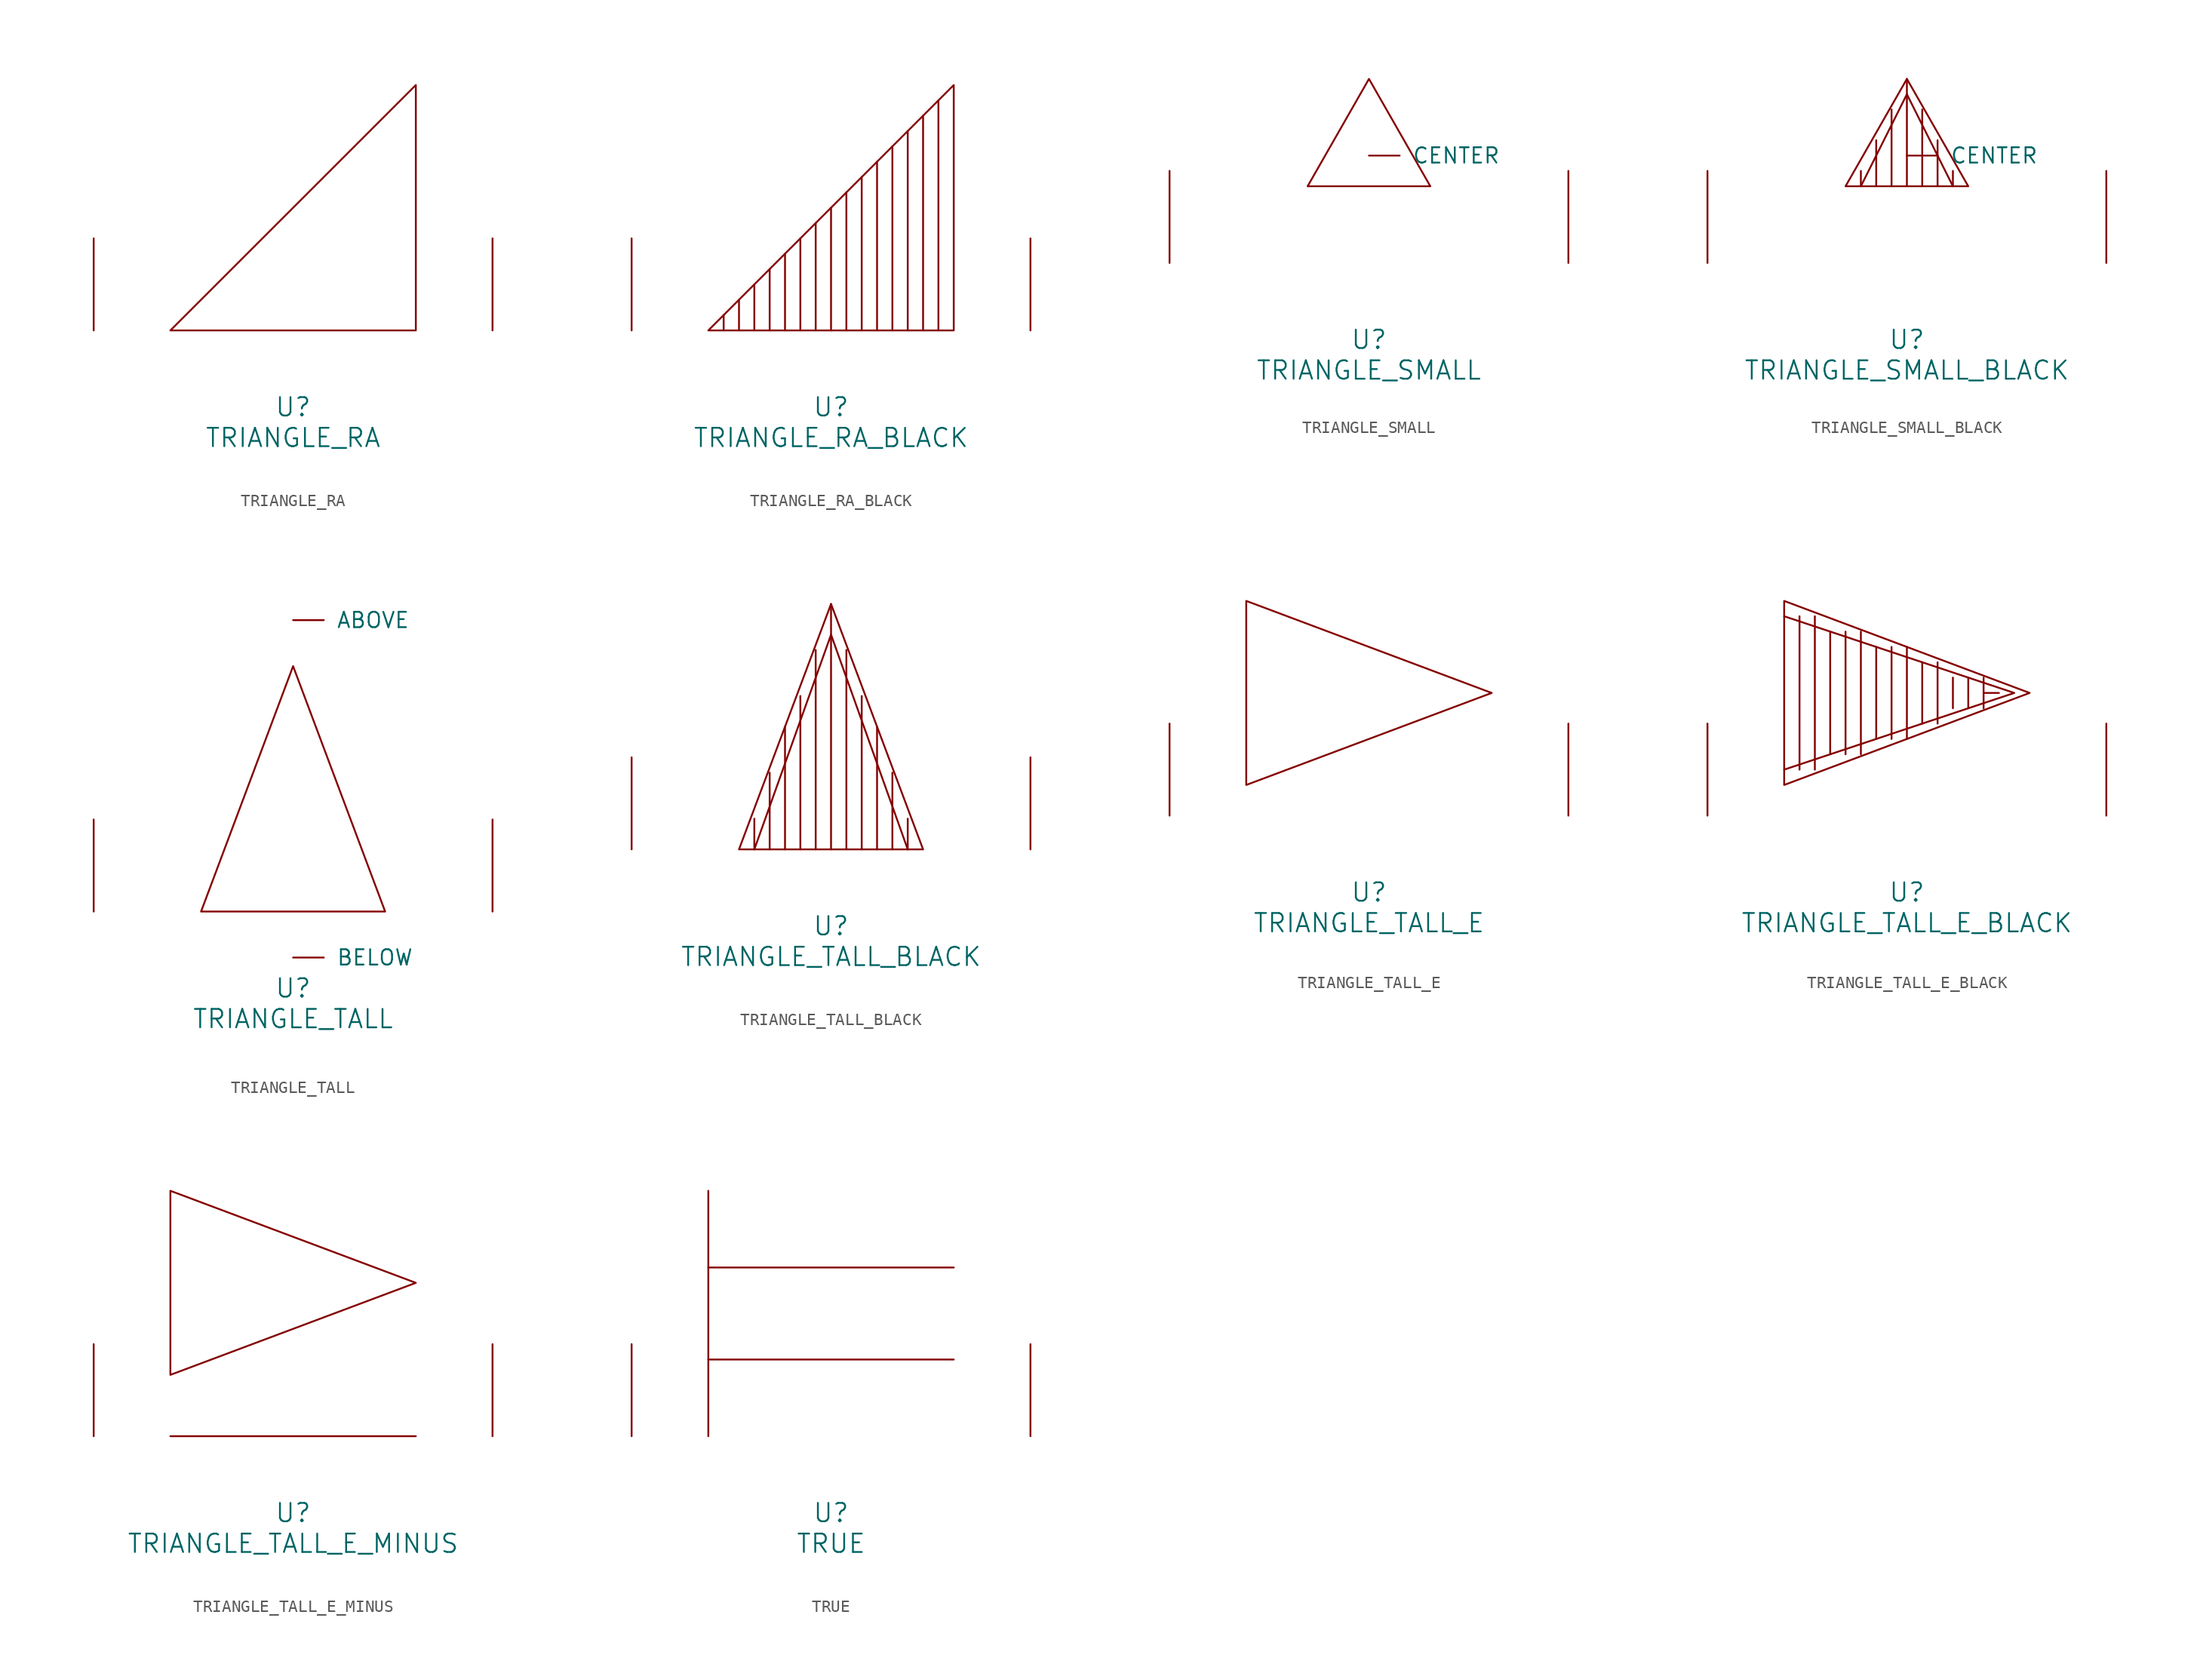
<source format=kicad_sym>
(kicad_symbol_lib
  (version 20220914)
  (generator font_lib2sym)
  (symbol "TRIANGLE_RA"
    (pin_names
      (offset 1.016))
    (property "Reference" "U"
      (at 0 -6.35 0)
      (effects (font (size 1.524 1.524))))
    (property "Value" "TRIANGLE_RA"
      (at 0 -8.89 0)
      (effects (font (size 1.524 1.524))))
    (symbol "TRIANGLE_RA_0_1"
      (polyline (pts (xy 10.16 0) (xy 10.16 20.32) (xy -10.16 0) (xy 10.16 0)) (stroke (width 0) (type solid)) (fill (type none)))
      (pin input line (at -16.51 0 90) (length 7.62) (name "~" (effects (font (size 1.27 1.27)))) (number "~" (effects (font (size 1.27 1.27)))))
      (pin input line (at 16.51 0 90) (length 7.62) (name "~" (effects (font (size 1.27 1.27)))) (number "~" (effects (font (size 1.27 1.27)))))))
  (symbol "TRIANGLE_RA_BLACK"
    (pin_names
      (offset 1.016))
    (property "Reference" "U"
      (at 0 -6.35 0)
      (effects (font (size 1.524 1.524))))
    (property "Value" "TRIANGLE_RA_BLACK"
      (at 0 -8.89 0)
      (effects (font (size 1.524 1.524))))
    (symbol "TRIANGLE_RA_BLACK_0_1"
      (polyline (pts (xy -8.89 1.27) (xy -8.89 0)) (stroke (width 0) (type solid)) (fill (type none)))
      (polyline (pts (xy -7.62 2.54) (xy -7.62 0)) (stroke (width 0) (type solid)) (fill (type none)))
      (polyline (pts (xy -6.35 3.81) (xy -6.35 0)) (stroke (width 0) (type solid)) (fill (type none)))
      (polyline (pts (xy -5.08 5.08) (xy -5.08 0)) (stroke (width 0) (type solid)) (fill (type none)))
      (polyline (pts (xy -3.81 6.35) (xy -3.81 0)) (stroke (width 0) (type solid)) (fill (type none)))
      (polyline (pts (xy -2.54 7.62) (xy -2.54 0)) (stroke (width 0) (type solid)) (fill (type none)))
      (polyline (pts (xy -1.27 8.89) (xy -1.27 0)) (stroke (width 0) (type solid)) (fill (type none)))
      (polyline (pts (xy 0 10.16) (xy 0 0)) (stroke (width 0) (type solid)) (fill (type none)))
      (polyline (pts (xy 1.27 11.43) (xy 1.27 0)) (stroke (width 0) (type solid)) (fill (type none)))
      (polyline (pts (xy 2.54 12.7) (xy 2.54 0)) (stroke (width 0) (type solid)) (fill (type none)))
      (polyline (pts (xy 3.81 13.97) (xy 3.81 0)) (stroke (width 0) (type solid)) (fill (type none)))
      (polyline (pts (xy 5.08 15.24) (xy 5.08 0)) (stroke (width 0) (type solid)) (fill (type none)))
      (polyline (pts (xy 6.35 16.51) (xy 6.35 0)) (stroke (width 0) (type solid)) (fill (type none)))
      (polyline (pts (xy 7.62 17.78) (xy 7.62 0)) (stroke (width 0) (type solid)) (fill (type none)))
      (polyline (pts (xy 8.89 19.05) (xy 8.89 0)) (stroke (width 0) (type solid)) (fill (type none)))
      (polyline (pts (xy 10.16 0) (xy 10.16 20.32) (xy -10.16 0) (xy 10.16 0)) (stroke (width 0) (type solid)) (fill (type none)))
      (pin input line (at -16.51 0 90) (length 7.62) (name "~" (effects (font (size 1.27 1.27)))) (number "~" (effects (font (size 1.27 1.27)))))
      (pin input line (at 16.51 0 90) (length 7.62) (name "~" (effects (font (size 1.27 1.27)))) (number "~" (effects (font (size 1.27 1.27)))))))
  (symbol "TRIANGLE_SMALL"
    (pin_names
      (offset 1.016))
    (property "Reference" "U"
      (at 0 -6.35 0)
      (effects (font (size 1.524 1.524))))
    (property "Value" "TRIANGLE_SMALL"
      (at 0 -8.89 0)
      (effects (font (size 1.524 1.524))))
    (symbol "TRIANGLE_SMALL_0_1"
      (polyline (pts (xy 0 15.24) (xy 5.08 6.35) (xy -5.08 6.35) (xy 0 15.24)) (stroke (width 0) (type solid)) (fill (type none)))
      (pin input line (at 0 8.89 0) (length 2.54) (name "CENTER" (effects (font (size 1.27 1.27)))) (number "~" (effects (font (size 1.27 1.27)))))
      (pin input line (at -16.51 0 90) (length 7.62) (name "~" (effects (font (size 1.27 1.27)))) (number "~" (effects (font (size 1.27 1.27)))))
      (pin input line (at 16.51 0 90) (length 7.62) (name "~" (effects (font (size 1.27 1.27)))) (number "~" (effects (font (size 1.27 1.27)))))))
  (symbol "TRIANGLE_SMALL_BLACK"
    (pin_names
      (offset 1.016))
    (property "Reference" "U"
      (at 0 -6.35 0)
      (effects (font (size 1.524 1.524))))
    (property "Value" "TRIANGLE_SMALL_BLACK"
      (at 0 -8.89 0)
      (effects (font (size 1.524 1.524))))
    (symbol "TRIANGLE_SMALL_BLACK_0_1"
      (polyline (pts (xy -3.81 7.62) (xy -3.81 6.35)) (stroke (width 0) (type solid)) (fill (type none)))
      (polyline (pts (xy -2.54 10.16) (xy -2.54 6.35)) (stroke (width 0) (type solid)) (fill (type none)))
      (polyline (pts (xy -1.27 12.7) (xy -1.27 6.35)) (stroke (width 0) (type solid)) (fill (type none)))
      (polyline (pts (xy 0 15.24) (xy 0 6.35)) (stroke (width 0) (type solid)) (fill (type none)))
      (polyline (pts (xy 1.27 12.7) (xy 1.27 6.35)) (stroke (width 0) (type solid)) (fill (type none)))
      (polyline (pts (xy 2.54 10.16) (xy 2.54 6.35)) (stroke (width 0) (type solid)) (fill (type none)))
      (polyline (pts (xy 3.81 7.62) (xy 3.81 6.35)) (stroke (width 0) (type solid)) (fill (type none)))
      (polyline (pts (xy -3.81 6.35) (xy 0 13.97) (xy 3.81 6.35)) (stroke (width 0) (type solid)) (fill (type none)))
      (polyline (pts (xy 0 15.24) (xy 5.08 6.35) (xy -5.08 6.35) (xy 0 15.24)) (stroke (width 0) (type solid)) (fill (type none)))
      (pin input line (at 0 8.89 0) (length 2.54) (name "CENTER" (effects (font (size 1.27 1.27)))) (number "~" (effects (font (size 1.27 1.27)))))
      (pin input line (at -16.51 0 90) (length 7.62) (name "~" (effects (font (size 1.27 1.27)))) (number "~" (effects (font (size 1.27 1.27)))))
      (pin input line (at 16.51 0 90) (length 7.62) (name "~" (effects (font (size 1.27 1.27)))) (number "~" (effects (font (size 1.27 1.27)))))))
  (symbol "TRIANGLE_TALL"
    (pin_names
      (offset 1.016))
    (property "Reference" "U"
      (at 0 -6.35 0)
      (effects (font (size 1.524 1.524))))
    (property "Value" "TRIANGLE_TALL"
      (at 0 -8.89 0)
      (effects (font (size 1.524 1.524))))
    (symbol "TRIANGLE_TALL_0_1"
      (polyline (pts (xy 0 20.32) (xy 7.62 0) (xy -7.62 0) (xy 0 20.32)) (stroke (width 0) (type solid)) (fill (type none)))
      (pin input line (at 0 24.13 0) (length 2.54) (name "ABOVE" (effects (font (size 1.27 1.27)))) (number "~" (effects (font (size 1.27 1.27)))))
      (pin input line (at 0 -3.81 0) (length 2.54) (name "BELOW" (effects (font (size 1.27 1.27)))) (number "~" (effects (font (size 1.27 1.27)))))
      (pin input line (at -16.51 0 90) (length 7.62) (name "~" (effects (font (size 1.27 1.27)))) (number "~" (effects (font (size 1.27 1.27)))))
      (pin input line (at 16.51 0 90) (length 7.62) (name "~" (effects (font (size 1.27 1.27)))) (number "~" (effects (font (size 1.27 1.27)))))))
  (symbol "TRIANGLE_TALL_BLACK"
    (pin_names
      (offset 1.016))
    (property "Reference" "U"
      (at 0 -6.35 0)
      (effects (font (size 1.524 1.524))))
    (property "Value" "TRIANGLE_TALL_BLACK"
      (at 0 -8.89 0)
      (effects (font (size 1.524 1.524))))
    (symbol "TRIANGLE_TALL_BLACK_0_1"
      (polyline (pts (xy -6.35 0) (xy -6.35 2.54)) (stroke (width 0) (type solid)) (fill (type none)))
      (polyline (pts (xy -5.08 6.35) (xy -5.08 0)) (stroke (width 0) (type solid)) (fill (type none)))
      (polyline (pts (xy -3.81 10.16) (xy -3.81 0)) (stroke (width 0) (type solid)) (fill (type none)))
      (polyline (pts (xy -2.54 12.7) (xy -2.54 0)) (stroke (width 0) (type solid)) (fill (type none)))
      (polyline (pts (xy -1.27 16.51) (xy -1.27 0)) (stroke (width 0) (type solid)) (fill (type none)))
      (polyline (pts (xy 0 20.32) (xy 0 0)) (stroke (width 0) (type solid)) (fill (type none)))
      (polyline (pts (xy 1.27 16.51) (xy 1.27 0)) (stroke (width 0) (type solid)) (fill (type none)))
      (polyline (pts (xy 2.54 12.7) (xy 2.54 0)) (stroke (width 0) (type solid)) (fill (type none)))
      (polyline (pts (xy 3.81 10.16) (xy 3.81 0)) (stroke (width 0) (type solid)) (fill (type none)))
      (polyline (pts (xy 5.08 6.35) (xy 5.08 0)) (stroke (width 0) (type solid)) (fill (type none)))
      (polyline (pts (xy 6.35 2.54) (xy 6.35 0)) (stroke (width 0) (type solid)) (fill (type none)))
      (polyline (pts (xy 6.35 0) (xy 0 17.78) (xy -6.35 0)) (stroke (width 0) (type solid)) (fill (type none)))
      (polyline (pts (xy 0 20.32) (xy 7.62 0) (xy -7.62 0) (xy 0 20.32)) (stroke (width 0) (type solid)) (fill (type none)))
      (pin input line (at -16.51 0 90) (length 7.62) (name "~" (effects (font (size 1.27 1.27)))) (number "~" (effects (font (size 1.27 1.27)))))
      (pin input line (at 16.51 0 90) (length 7.62) (name "~" (effects (font (size 1.27 1.27)))) (number "~" (effects (font (size 1.27 1.27)))))))
  (symbol "TRIANGLE_TALL_E"
    (pin_names
      (offset 1.016))
    (property "Reference" "U"
      (at 0 -6.35 0)
      (effects (font (size 1.524 1.524))))
    (property "Value" "TRIANGLE_TALL_E"
      (at 0 -8.89 0)
      (effects (font (size 1.524 1.524))))
    (symbol "TRIANGLE_TALL_E_0_1"
      (polyline (pts (xy 10.16 10.16) (xy -10.16 2.54) (xy -10.16 17.78) (xy 10.16 10.16)) (stroke (width 0) (type solid)) (fill (type none)))
      (pin input line (at -16.51 0 90) (length 7.62) (name "~" (effects (font (size 1.27 1.27)))) (number "~" (effects (font (size 1.27 1.27)))))
      (pin input line (at 16.51 0 90) (length 7.62) (name "~" (effects (font (size 1.27 1.27)))) (number "~" (effects (font (size 1.27 1.27)))))))
  (symbol "TRIANGLE_TALL_E_BLACK"
    (pin_names
      (offset 1.016))
    (property "Reference" "U"
      (at 0 -6.35 0)
      (effects (font (size 1.524 1.524))))
    (property "Value" "TRIANGLE_TALL_E_BLACK"
      (at 0 -8.89 0)
      (effects (font (size 1.524 1.524))))
    (symbol "TRIANGLE_TALL_E_BLACK_0_1"
      (polyline (pts (xy -8.89 16.51) (xy -8.89 3.81)) (stroke (width 0) (type solid)) (fill (type none)))
      (polyline (pts (xy -7.62 16.51) (xy -7.62 3.81)) (stroke (width 0) (type solid)) (fill (type none)))
      (polyline (pts (xy -6.35 15.24) (xy -6.35 5.08)) (stroke (width 0) (type solid)) (fill (type none)))
      (polyline (pts (xy -5.08 15.24) (xy -5.08 5.08)) (stroke (width 0) (type solid)) (fill (type none)))
      (polyline (pts (xy -3.81 15.24) (xy -3.81 5.08)) (stroke (width 0) (type solid)) (fill (type none)))
      (polyline (pts (xy -2.54 13.97) (xy -2.54 6.35)) (stroke (width 0) (type solid)) (fill (type none)))
      (polyline (pts (xy -1.27 13.97) (xy -1.27 6.35)) (stroke (width 0) (type solid)) (fill (type none)))
      (polyline (pts (xy 0 13.97) (xy 0 6.35)) (stroke (width 0) (type solid)) (fill (type none)))
      (polyline (pts (xy 1.27 12.7) (xy 1.27 7.62)) (stroke (width 0) (type solid)) (fill (type none)))
      (polyline (pts (xy 2.54 12.7) (xy 2.54 7.62)) (stroke (width 0) (type solid)) (fill (type none)))
      (polyline (pts (xy 3.81 11.43) (xy 3.81 8.89)) (stroke (width 0) (type solid)) (fill (type none)))
      (polyline (pts (xy 5.08 11.43) (xy 5.08 8.89)) (stroke (width 0) (type solid)) (fill (type none)))
      (polyline (pts (xy 6.35 11.43) (xy 6.35 8.89)) (stroke (width 0) (type solid)) (fill (type none)))
      (polyline (pts (xy 7.62 10.16) (xy 6.35 10.16)) (stroke (width 0) (type solid)) (fill (type none)))
      (polyline (pts (xy -10.16 16.51) (xy 8.89 10.16) (xy -10.16 3.81)) (stroke (width 0) (type solid)) (fill (type none)))
      (polyline (pts (xy 10.16 10.16) (xy -10.16 2.54) (xy -10.16 17.78) (xy 10.16 10.16)) (stroke (width 0) (type solid)) (fill (type none)))
      (pin input line (at -16.51 0 90) (length 7.62) (name "~" (effects (font (size 1.27 1.27)))) (number "~" (effects (font (size 1.27 1.27)))))
      (pin input line (at 16.51 0 90) (length 7.62) (name "~" (effects (font (size 1.27 1.27)))) (number "~" (effects (font (size 1.27 1.27)))))))
  (symbol "TRIANGLE_TALL_E_MINUS"
    (pin_names
      (offset 1.016))
    (property "Reference" "U"
      (at 0 -6.35 0)
      (effects (font (size 1.524 1.524))))
    (property "Value" "TRIANGLE_TALL_E_MINUS"
      (at 0 -8.89 0)
      (effects (font (size 1.524 1.524))))
    (symbol "TRIANGLE_TALL_E_MINUS_0_1"
      (polyline (pts (xy -10.16 0) (xy 10.16 0)) (stroke (width 0) (type solid)) (fill (type none)))
      (polyline (pts (xy 10.16 12.7) (xy -10.16 5.08) (xy -10.16 20.32) (xy 10.16 12.7)) (stroke (width 0) (type solid)) (fill (type none)))
      (pin input line (at -16.51 0 90) (length 7.62) (name "~" (effects (font (size 1.27 1.27)))) (number "~" (effects (font (size 1.27 1.27)))))
      (pin input line (at 16.51 0 90) (length 7.62) (name "~" (effects (font (size 1.27 1.27)))) (number "~" (effects (font (size 1.27 1.27)))))))
  (symbol "TRUE"
    (pin_names
      (offset 1.016))
    (property "Reference" "U"
      (at 0 -6.35 0)
      (effects (font (size 1.524 1.524))))
    (property "Value" "TRUE"
      (at 0 -8.89 0)
      (effects (font (size 1.524 1.524))))
    (symbol "TRUE_0_1"
      (polyline (pts (xy -10.16 6.35) (xy 10.16 6.35)) (stroke (width 0) (type solid)) (fill (type none)))
      (polyline (pts (xy -10.16 13.97) (xy 10.16 13.97)) (stroke (width 0) (type solid)) (fill (type none)))
      (polyline (pts (xy -10.16 20.32) (xy -10.16 0)) (stroke (width 0) (type solid)) (fill (type none)))
      (pin input line (at -16.51 0 90) (length 7.62) (name "~" (effects (font (size 1.27 1.27)))) (number "~" (effects (font (size 1.27 1.27)))))
      (pin input line (at 16.51 0 90) (length 7.62) (name "~" (effects (font (size 1.27 1.27)))) (number "~" (effects (font (size 1.27 1.27))))))))
</source>
